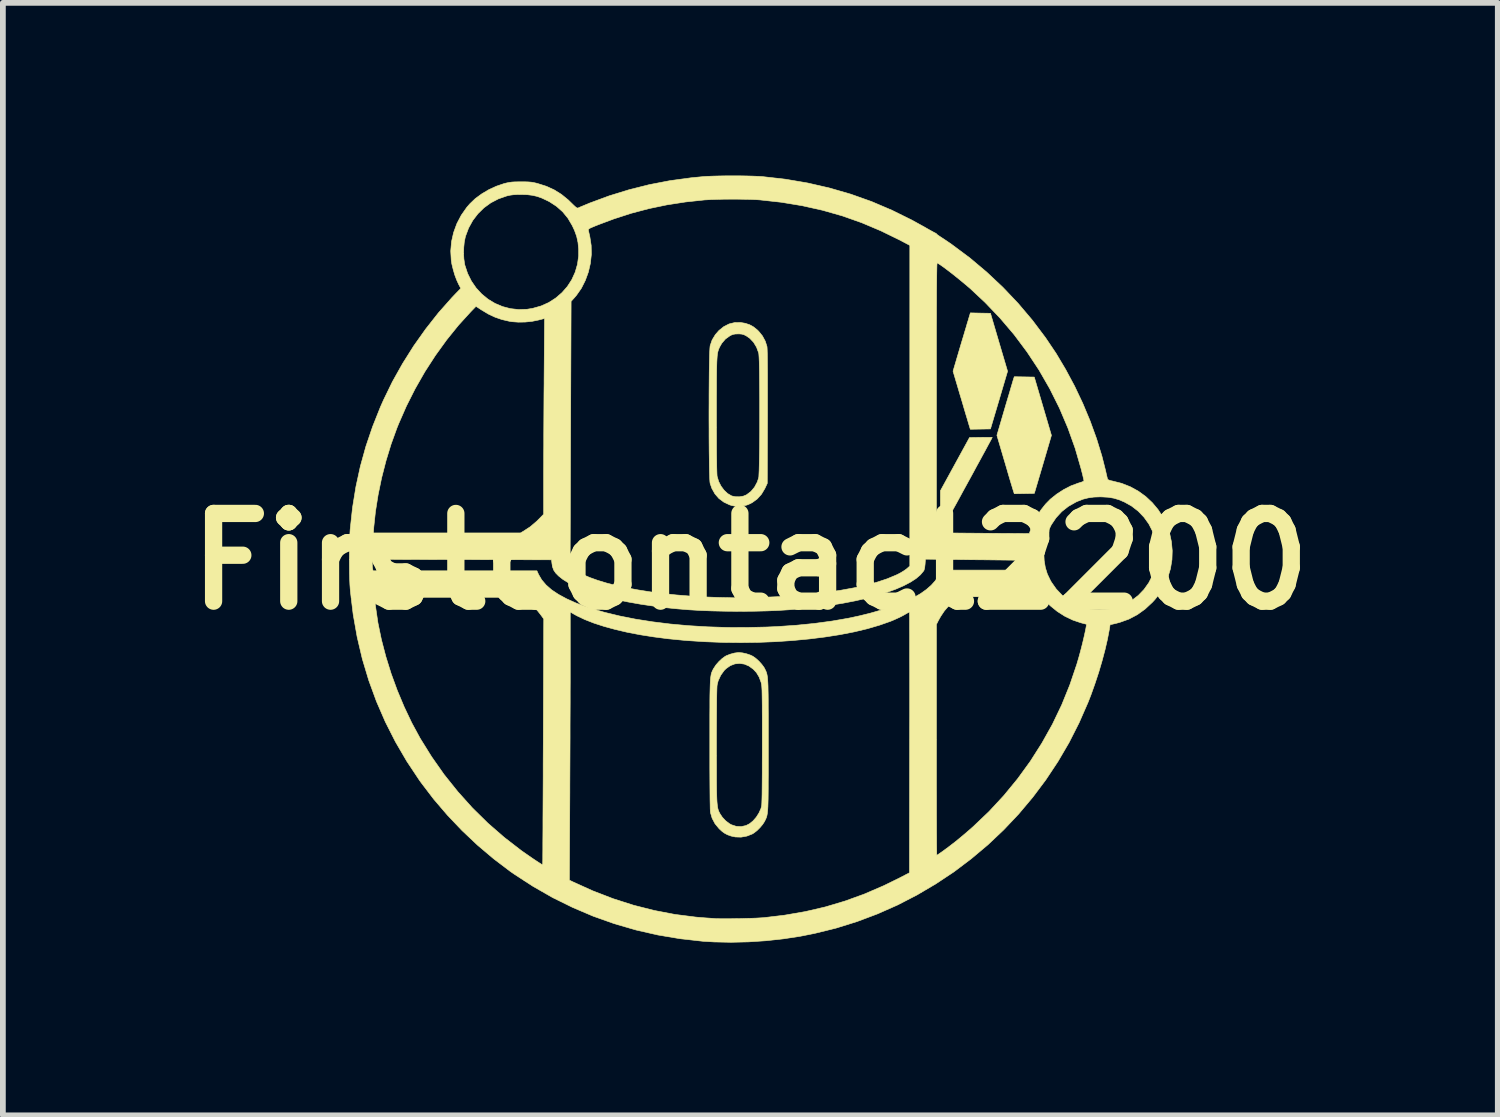
<source format=kicad_pcb>
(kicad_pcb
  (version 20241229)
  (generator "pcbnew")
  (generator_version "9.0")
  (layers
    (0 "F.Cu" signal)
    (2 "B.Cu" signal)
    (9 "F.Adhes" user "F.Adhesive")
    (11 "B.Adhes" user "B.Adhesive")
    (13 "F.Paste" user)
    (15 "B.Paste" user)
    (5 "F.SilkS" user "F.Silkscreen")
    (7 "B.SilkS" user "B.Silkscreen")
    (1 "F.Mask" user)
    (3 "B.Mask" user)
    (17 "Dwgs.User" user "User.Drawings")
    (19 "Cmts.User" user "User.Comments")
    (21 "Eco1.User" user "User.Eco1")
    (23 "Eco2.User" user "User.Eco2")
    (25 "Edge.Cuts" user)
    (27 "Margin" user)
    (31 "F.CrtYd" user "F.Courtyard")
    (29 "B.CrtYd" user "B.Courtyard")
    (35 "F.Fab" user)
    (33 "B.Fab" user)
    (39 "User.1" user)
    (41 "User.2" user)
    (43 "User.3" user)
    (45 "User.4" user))
  (footprint "Firstcontact2200"
    (layer "F.Cu")
    (at 9.986 6.705)
    (property "Reference" "Firstcontact2200" (at 0 0 0) (layer "F.SilkS") (effects (font (size 1.524 1.524) (thickness 0.3))))
    (attr through_hole)
    (fp_poly (pts (xy 3.997 -4.315) (xy 4.172 -4.312) (xy 4.32 -3.809) (xy 4.469 -3.305) (xy 4.321 -2.804) (xy 4.172 -2.303) (xy 3.997 -2.3) (xy 3.822 -2.297) (xy 3.793 -2.392) (xy 3.783 -2.426) (xy 3.768 -2.478) (xy 3.747 -2.546) (xy 3.723 -2.627) (xy 3.697 -2.716) (xy 3.669 -2.811) (xy 3.643 -2.897) (xy 3.522 -3.306) (xy 3.643 -3.717) (xy 3.672 -3.815) (xy 3.701 -3.91) (xy 3.727 -3.998) (xy 3.751 -4.077) (xy 3.77 -4.144) (xy 3.786 -4.194) (xy 3.794 -4.223) (xy 3.823 -4.319) (xy 3.997 -4.315)) (stroke (width 0.01) (type solid)) (fill yes) (layer "F.SilkS"))
    (fp_poly (pts (xy 4.759 -3.207) (xy 4.933 -3.204) (xy 5.082 -2.698) (xy 5.231 -2.191) (xy 5.083 -1.687) (xy 4.934 -1.183) (xy 4.76 -1.18) (xy 4.586 -1.177) (xy 4.568 -1.232) (xy 4.561 -1.255) (xy 4.548 -1.298) (xy 4.53 -1.357) (xy 4.508 -1.43) (xy 4.483 -1.515) (xy 4.456 -1.608) (xy 4.427 -1.707) (xy 4.417 -1.74) (xy 4.284 -2.192) (xy 4.422 -2.663) (xy 4.452 -2.765) (xy 4.481 -2.861) (xy 4.507 -2.948) (xy 4.529 -3.025) (xy 4.548 -3.088) (xy 4.562 -3.136) (xy 4.571 -3.165) (xy 4.573 -3.172) (xy 4.586 -3.21) (xy 4.759 -3.207)) (stroke (width 0.01) (type solid)) (fill yes) (layer "F.SilkS"))
    (fp_poly (pts (xy 4.169 -2.157) (xy 4.195 -2.156) (xy 4.203 -2.155) (xy 4.197 -2.144) (xy 4.182 -2.115) (xy 4.157 -2.069) (xy 4.124 -2.008) (xy 4.085 -1.935) (xy 4.039 -1.851) (xy 3.988 -1.757) (xy 3.933 -1.657) (xy 3.876 -1.551) (xy 3.816 -1.441) (xy 3.755 -1.33) (xy 3.694 -1.219) (xy 3.635 -1.11) (xy 3.577 -1.004) (xy 3.522 -0.905) (xy 3.472 -0.813) (xy 3.427 -0.731) (xy 3.387 -0.66) (xy 3.355 -0.602) (xy 3.331 -0.559) (xy 3.317 -0.533) (xy 3.312 -0.526) (xy 3.31 -0.534) (xy 3.307 -0.563) (xy 3.305 -0.611) (xy 3.304 -0.676) (xy 3.303 -0.755) (xy 3.302 -0.847) (xy 3.302 -0.872) (xy 3.303 -1.23) (xy 3.808 -2.153) (xy 4.005 -2.156) (xy 4.07 -2.157) (xy 4.126 -2.157) (xy 4.169 -2.157)) (stroke (width 0.01) (type solid)) (fill yes) (layer "F.SilkS"))
    (fp_poly (pts (xy -0.088 -4.138) (xy -0.012 -4.113) (xy 0.055 -4.076) (xy 0.121 -4.023) (xy 0.146 -3.998) (xy 0.21 -3.919) (xy 0.259 -3.828) (xy 0.289 -3.735) (xy 0.291 -3.713) (xy 0.293 -3.668) (xy 0.295 -3.602) (xy 0.296 -3.514) (xy 0.297 -3.404) (xy 0.298 -3.271) (xy 0.298 -3.116) (xy 0.298 -2.938) (xy 0.298 -2.737) (xy 0.298 -2.517) (xy 0.294 -1.357) (xy 0.252 -1.267) (xy 0.193 -1.168) (xy 0.12 -1.087) (xy 0.034 -1.024) (xy 0.004 -1.008) (xy -0.042 -0.987) (xy -0.082 -0.974) (xy -0.124 -0.966) (xy -0.178 -0.962) (xy -0.181 -0.962) (xy -0.238 -0.961) (xy -0.282 -0.964) (xy -0.322 -0.972) (xy -0.36 -0.984) (xy -0.46 -1.031) (xy -0.546 -1.095) (xy -0.616 -1.176) (xy -0.669 -1.271) (xy -0.699 -1.359) (xy -0.702 -1.383) (xy -0.705 -1.428) (xy -0.707 -1.492) (xy -0.71 -1.573) (xy -0.712 -1.669) (xy -0.713 -1.779) (xy -0.715 -1.9) (xy -0.716 -2.03) (xy -0.717 -2.167) (xy -0.717 -2.31) (xy -0.718 -2.456) (xy -0.718 -2.538) (xy -0.589 -2.538) (xy -0.589 -2.334) (xy -0.588 -2.153) (xy -0.588 -1.995) (xy -0.587 -1.858) (xy -0.585 -1.742) (xy -0.584 -1.648) (xy -0.582 -1.574) (xy -0.58 -1.52) (xy -0.578 -1.486) (xy -0.576 -1.476) (xy -0.55 -1.389) (xy -0.509 -1.309) (xy -0.456 -1.238) (xy -0.396 -1.181) (xy -0.331 -1.143) (xy -0.321 -1.138) (xy -0.258 -1.125) (xy -0.188 -1.124) (xy -0.12 -1.136) (xy -0.067 -1.158) (xy 0.01 -1.216) (xy 0.073 -1.291) (xy 0.121 -1.381) (xy 0.144 -1.451) (xy 0.148 -1.475) (xy 0.15 -1.52) (xy 0.153 -1.583) (xy 0.155 -1.664) (xy 0.157 -1.759) (xy 0.159 -1.867) (xy 0.161 -1.985) (xy 0.162 -2.112) (xy 0.163 -2.246) (xy 0.163 -2.383) (xy 0.163 -2.523) (xy 0.163 -2.664) (xy 0.163 -2.802) (xy 0.162 -2.936) (xy 0.161 -3.064) (xy 0.16 -3.184) (xy 0.159 -3.294) (xy 0.157 -3.391) (xy 0.155 -3.475) (xy 0.152 -3.541) (xy 0.149 -3.589) (xy 0.146 -3.617) (xy 0.146 -3.619) (xy 0.108 -3.723) (xy 0.056 -3.809) (xy -0.011 -3.879) (xy -0.071 -3.92) (xy -0.111 -3.94) (xy -0.147 -3.95) (xy -0.19 -3.954) (xy -0.214 -3.954) (xy -0.263 -3.952) (xy -0.301 -3.945) (xy -0.338 -3.93) (xy -0.356 -3.92) (xy -0.433 -3.865) (xy -0.496 -3.791) (xy -0.525 -3.741) (xy -0.536 -3.72) (xy -0.545 -3.7) (xy -0.553 -3.68) (xy -0.56 -3.658) (xy -0.567 -3.632) (xy -0.572 -3.602) (xy -0.576 -3.565) (xy -0.579 -3.521) (xy -0.582 -3.467) (xy -0.584 -3.402) (xy -0.586 -3.324) (xy -0.587 -3.232) (xy -0.588 -3.125) (xy -0.588 -3) (xy -0.589 -2.857) (xy -0.589 -2.694) (xy -0.589 -2.538) (xy -0.718 -2.538) (xy -0.718 -2.603) (xy -0.717 -2.75) (xy -0.717 -2.894) (xy -0.716 -3.033) (xy -0.715 -3.166) (xy -0.714 -3.29) (xy -0.712 -3.404) (xy -0.71 -3.505) (xy -0.708 -3.591) (xy -0.705 -3.662) (xy -0.702 -3.713) (xy -0.699 -3.744) (xy -0.698 -3.749) (xy -0.664 -3.848) (xy -0.608 -3.941) (xy -0.545 -4.013) (xy -0.46 -4.081) (xy -0.369 -4.127) (xy -0.271 -4.151) (xy -0.169 -4.152) (xy -0.088 -4.138)) (stroke (width 0.01) (type solid)) (fill yes) (layer "F.SilkS"))
    (fp_poly (pts (xy -0.135 1.588) (xy -0.065 1.604) (xy 0.003 1.627) (xy 0.044 1.647) (xy 0.095 1.683) (xy 0.149 1.732) (xy 0.198 1.786) (xy 0.237 1.839) (xy 0.248 1.859) (xy 0.258 1.879) (xy 0.267 1.897) (xy 0.275 1.916) (xy 0.282 1.935) (xy 0.288 1.958) (xy 0.293 1.984) (xy 0.298 2.016) (xy 0.301 2.056) (xy 0.304 2.103) (xy 0.307 2.161) (xy 0.308 2.23) (xy 0.31 2.312) (xy 0.311 2.408) (xy 0.311 2.52) (xy 0.312 2.649) (xy 0.312 2.796) (xy 0.312 2.964) (xy 0.312 3.152) (xy 0.312 3.187) (xy 0.312 3.379) (xy 0.312 3.55) (xy 0.312 3.701) (xy 0.311 3.833) (xy 0.311 3.947) (xy 0.31 4.046) (xy 0.309 4.13) (xy 0.307 4.201) (xy 0.305 4.261) (xy 0.302 4.31) (xy 0.298 4.351) (xy 0.294 4.384) (xy 0.289 4.412) (xy 0.283 4.435) (xy 0.276 4.455) (xy 0.268 4.474) (xy 0.259 4.492) (xy 0.249 4.512) (xy 0.247 4.517) (xy 0.214 4.568) (xy 0.168 4.623) (xy 0.116 4.675) (xy 0.063 4.716) (xy 0.034 4.734) (xy -0.061 4.771) (xy -0.161 4.789) (xy -0.26 4.786) (xy -0.335 4.77) (xy -0.396 4.748) (xy -0.444 4.723) (xy -0.488 4.692) (xy -0.537 4.647) (xy -0.544 4.64) (xy -0.614 4.555) (xy -0.664 4.46) (xy -0.692 4.365) (xy -0.695 4.342) (xy -0.697 4.296) (xy -0.698 4.229) (xy -0.7 4.14) (xy -0.701 4.03) (xy -0.702 3.901) (xy -0.703 3.752) (xy -0.704 3.584) (xy -0.704 3.397) (xy -0.704 3.197) (xy -0.589 3.197) (xy -0.589 3.378) (xy -0.588 3.538) (xy -0.588 3.677) (xy -0.588 3.798) (xy -0.587 3.902) (xy -0.586 3.99) (xy -0.584 4.065) (xy -0.582 4.127) (xy -0.579 4.179) (xy -0.575 4.221) (xy -0.571 4.256) (xy -0.566 4.284) (xy -0.56 4.308) (xy -0.553 4.329) (xy -0.545 4.348) (xy -0.535 4.367) (xy -0.53 4.378) (xy -0.487 4.443) (xy -0.43 4.504) (xy -0.365 4.554) (xy -0.329 4.574) (xy -0.246 4.601) (xy -0.16 4.606) (xy -0.076 4.588) (xy -0.013 4.556) (xy 0.048 4.506) (xy 0.104 4.442) (xy 0.15 4.369) (xy 0.184 4.293) (xy 0.195 4.251) (xy 0.198 4.229) (xy 0.2 4.187) (xy 0.202 4.126) (xy 0.204 4.044) (xy 0.205 3.942) (xy 0.206 3.819) (xy 0.207 3.675) (xy 0.207 3.509) (xy 0.208 3.32) (xy 0.208 3.183) (xy 0.208 3.006) (xy 0.208 2.851) (xy 0.208 2.717) (xy 0.207 2.6) (xy 0.207 2.501) (xy 0.206 2.417) (xy 0.205 2.346) (xy 0.204 2.288) (xy 0.203 2.241) (xy 0.201 2.204) (xy 0.199 2.174) (xy 0.197 2.15) (xy 0.194 2.131) (xy 0.19 2.114) (xy 0.187 2.1) (xy 0.187 2.1) (xy 0.153 2.008) (xy 0.107 1.931) (xy 0.052 1.872) (xy -0.023 1.817) (xy -0.103 1.783) (xy -0.186 1.771) (xy -0.268 1.779) (xy -0.347 1.809) (xy -0.42 1.86) (xy -0.454 1.893) (xy -0.515 1.978) (xy -0.559 2.074) (xy -0.576 2.142) (xy -0.579 2.169) (xy -0.581 2.218) (xy -0.583 2.291) (xy -0.585 2.386) (xy -0.586 2.504) (xy -0.587 2.645) (xy -0.588 2.808) (xy -0.589 2.994) (xy -0.589 3.197) (xy -0.704 3.197) (xy -0.704 3.194) (xy -0.704 3.182) (xy -0.704 2.989) (xy -0.704 2.818) (xy -0.704 2.667) (xy -0.703 2.535) (xy -0.703 2.42) (xy -0.702 2.321) (xy -0.7 2.237) (xy -0.698 2.166) (xy -0.696 2.106) (xy -0.693 2.056) (xy -0.689 2.016) (xy -0.684 1.982) (xy -0.679 1.954) (xy -0.672 1.931) (xy -0.664 1.911) (xy -0.656 1.893) (xy -0.646 1.874) (xy -0.635 1.854) (xy -0.633 1.852) (xy -0.596 1.796) (xy -0.547 1.74) (xy -0.494 1.69) (xy -0.441 1.651) (xy -0.419 1.638) (xy -0.35 1.611) (xy -0.277 1.591) (xy -0.21 1.582) (xy -0.198 1.582) (xy -0.135 1.588)) (stroke (width 0.01) (type solid)) (fill yes) (layer "F.SilkS"))
    (fp_poly (pts (xy -0.179 -6.7) (xy -0.062 -6.698) (xy 0.046 -6.695) (xy 0.139 -6.691) (xy 0.208 -6.687) (xy 0.606 -6.642) (xy 0.995 -6.576) (xy 1.374 -6.489) (xy 1.744 -6.382) (xy 2.107 -6.253) (xy 2.461 -6.102) (xy 2.809 -5.93) (xy 3.028 -5.809) (xy 3.087 -5.775) (xy 3.139 -5.746) (xy 3.181 -5.723) (xy 3.21 -5.708) (xy 3.221 -5.703) (xy 3.232 -5.696) (xy 3.233 -5.694) (xy 3.242 -5.683) (xy 3.266 -5.665) (xy 3.299 -5.643) (xy 3.3 -5.642) (xy 3.334 -5.62) (xy 3.381 -5.589) (xy 3.437 -5.551) (xy 3.494 -5.512) (xy 3.51 -5.5) (xy 3.815 -5.273) (xy 4.107 -5.027) (xy 4.387 -4.764) (xy 4.652 -4.485) (xy 4.9 -4.192) (xy 5.13 -3.886) (xy 5.313 -3.614) (xy 5.479 -3.335) (xy 5.635 -3.044) (xy 5.777 -2.744) (xy 5.904 -2.44) (xy 6.015 -2.134) (xy 6.108 -1.831) (xy 6.171 -1.582) (xy 6.183 -1.528) (xy 6.194 -1.481) (xy 6.202 -1.447) (xy 6.206 -1.431) (xy 6.222 -1.417) (xy 6.261 -1.404) (xy 6.287 -1.399) (xy 6.45 -1.358) (xy 6.602 -1.298) (xy 6.742 -1.221) (xy 6.87 -1.128) (xy 6.983 -1.022) (xy 7.082 -0.904) (xy 7.166 -0.775) (xy 7.233 -0.637) (xy 7.284 -0.492) (xy 7.316 -0.342) (xy 7.33 -0.187) (xy 7.325 -0.031) (xy 7.299 0.126) (xy 7.252 0.282) (xy 7.197 0.407) (xy 7.146 0.502) (xy 7.092 0.583) (xy 7.029 0.661) (xy 6.985 0.709) (xy 6.858 0.827) (xy 6.723 0.924) (xy 6.577 1.001) (xy 6.421 1.057) (xy 6.354 1.075) (xy 6.25 1.099) (xy 6.236 1.187) (xy 6.204 1.354) (xy 6.162 1.535) (xy 6.111 1.727) (xy 6.053 1.924) (xy 5.988 2.121) (xy 5.919 2.315) (xy 5.867 2.448) (xy 5.712 2.802) (xy 5.538 3.145) (xy 5.345 3.475) (xy 5.134 3.793) (xy 4.906 4.097) (xy 4.662 4.387) (xy 4.402 4.662) (xy 4.127 4.922) (xy 3.838 5.165) (xy 3.536 5.393) (xy 3.221 5.602) (xy 2.895 5.794) (xy 2.558 5.968) (xy 2.21 6.122) (xy 1.854 6.256) (xy 1.488 6.37) (xy 1.115 6.462) (xy 0.869 6.511) (xy 0.575 6.556) (xy 0.272 6.589) (xy -0.033 6.609) (xy -0.336 6.616) (xy -0.629 6.61) (xy -0.826 6.598) (xy -1.219 6.554) (xy -1.607 6.489) (xy -1.988 6.402) (xy -2.363 6.293) (xy -2.729 6.163) (xy -3.086 6.011) (xy -3.435 5.839) (xy -3.774 5.645) (xy -3.942 5.536) (xy -3.144 5.536) (xy -3.087 5.564) (xy -2.738 5.722) (xy -2.385 5.858) (xy -2.029 5.972) (xy -1.67 6.063) (xy -1.309 6.132) (xy -0.948 6.178) (xy -0.831 6.188) (xy -0.766 6.193) (xy -0.704 6.197) (xy -0.65 6.201) (xy -0.613 6.204) (xy -0.606 6.205) (xy -0.567 6.206) (xy -0.509 6.207) (xy -0.435 6.207) (xy -0.35 6.207) (xy -0.259 6.205) (xy -0.164 6.204) (xy -0.07 6.201) (xy 0.019 6.199) (xy 0.1 6.196) (xy 0.168 6.192) (xy 0.219 6.189) (xy 0.225 6.189) (xy 0.595 6.145) (xy 0.953 6.083) (xy 1.302 6.002) (xy 1.644 5.9) (xy 1.983 5.777) (xy 2.319 5.632) (xy 2.592 5.498) (xy 2.765 5.408) (xy 2.768 3.143) (xy 2.768 2.916) (xy 2.769 2.695) (xy 2.769 2.482) (xy 2.769 2.277) (xy 2.769 2.082) (xy 2.769 1.897) (xy 2.768 1.724) (xy 2.768 1.564) (xy 2.768 1.418) (xy 2.768 1.287) (xy 2.767 1.172) (xy 2.767 1.094) (xy 3.233 1.094) (xy 3.233 3.098) (xy 3.233 3.312) (xy 3.233 3.519) (xy 3.233 3.718) (xy 3.233 3.909) (xy 3.234 4.09) (xy 3.234 4.26) (xy 3.234 4.418) (xy 3.235 4.563) (xy 3.235 4.693) (xy 3.236 4.807) (xy 3.236 4.904) (xy 3.237 4.984) (xy 3.238 5.044) (xy 3.238 5.084) (xy 3.239 5.102) (xy 3.239 5.103) (xy 3.251 5.097) (xy 3.277 5.08) (xy 3.313 5.055) (xy 3.346 5.032) (xy 3.454 4.952) (xy 3.572 4.861) (xy 3.693 4.761) (xy 3.812 4.659) (xy 3.872 4.606) (xy 4.147 4.344) (xy 4.404 4.067) (xy 4.643 3.776) (xy 4.864 3.472) (xy 5.065 3.156) (xy 5.248 2.829) (xy 5.41 2.491) (xy 5.551 2.143) (xy 5.672 1.786) (xy 5.708 1.663) (xy 5.73 1.583) (xy 5.753 1.495) (xy 5.776 1.403) (xy 5.797 1.314) (xy 5.815 1.233) (xy 5.829 1.165) (xy 5.835 1.131) (xy 5.842 1.091) (xy 5.742 1.065) (xy 5.603 1.018) (xy 5.465 0.952) (xy 5.333 0.868) (xy 5.212 0.77) (xy 5.142 0.701) (xy 5.059 0.612) (xy 3.619 0.612) (xy 3.54 0.681) (xy 3.447 0.771) (xy 3.371 0.859) (xy 3.308 0.953) (xy 3.268 1.024) (xy 3.233 1.094) (xy 2.767 1.094) (xy 2.767 1.074) (xy 2.767 0.995) (xy 2.766 0.935) (xy 2.765 0.896) (xy 2.765 0.878) (xy 2.765 0.877) (xy 2.753 0.883) (xy 2.725 0.898) (xy 2.688 0.919) (xy 2.669 0.93) (xy 2.623 0.955) (xy 2.562 0.984) (xy 2.496 1.014) (xy 2.436 1.039) (xy 2.245 1.106) (xy 2.034 1.168) (xy 1.804 1.223) (xy 1.558 1.271) (xy 1.297 1.312) (xy 1.023 1.346) (xy 0.738 1.373) (xy 0.444 1.393) (xy 0.142 1.405) (xy -0.164 1.409) (xy -0.474 1.406) (xy -0.786 1.394) (xy -1.098 1.374) (xy -1.178 1.367) (xy -1.433 1.342) (xy -1.679 1.31) (xy -1.914 1.273) (xy -2.138 1.23) (xy -2.347 1.181) (xy -2.541 1.128) (xy -2.717 1.071) (xy -2.875 1.009) (xy -3.012 0.944) (xy -3.068 0.913) (xy -3.129 0.877) (xy -3.129 1.683) (xy -3.129 1.801) (xy -3.129 1.939) (xy -3.129 2.095) (xy -3.13 2.266) (xy -3.13 2.451) (xy -3.131 2.647) (xy -3.132 2.85) (xy -3.132 3.06) (xy -3.133 3.272) (xy -3.134 3.486) (xy -3.135 3.697) (xy -3.136 3.905) (xy -3.136 4.013) (xy -3.144 5.536) (xy -3.942 5.536) (xy -4.102 5.432) (xy -4.174 5.382) (xy -4.461 5.164) (xy -4.74 4.928) (xy -5.008 4.675) (xy -5.262 4.408) (xy -5.5 4.13) (xy -5.718 3.844) (xy -5.751 3.798) (xy -5.969 3.47) (xy -6.166 3.132) (xy -6.342 2.785) (xy -6.496 2.43) (xy -6.629 2.066) (xy -6.741 1.693) (xy -6.831 1.311) (xy -6.9 0.92) (xy -6.936 0.623) (xy -6.535 0.623) (xy -6.53 0.649) (xy -6.526 0.672) (xy -6.52 0.711) (xy -6.514 0.759) (xy -6.511 0.785) (xy -6.47 1.066) (xy -6.41 1.356) (xy -6.333 1.651) (xy -6.241 1.947) (xy -6.134 2.24) (xy -6.014 2.526) (xy -5.883 2.802) (xy -5.741 3.064) (xy -5.741 3.065) (xy -5.539 3.39) (xy -5.32 3.702) (xy -5.083 3.998) (xy -4.83 4.28) (xy -4.561 4.545) (xy -4.276 4.793) (xy -3.977 5.024) (xy -3.796 5.15) (xy -3.738 5.189) (xy -3.688 5.222) (xy -3.647 5.248) (xy -3.619 5.266) (xy -3.607 5.273) (xy -3.607 5.273) (xy -3.607 5.261) (xy -3.607 5.228) (xy -3.606 5.173) (xy -3.606 5.099) (xy -3.605 5.007) (xy -3.605 4.897) (xy -3.604 4.77) (xy -3.603 4.629) (xy -3.603 4.474) (xy -3.602 4.306) (xy -3.601 4.126) (xy -3.6 3.935) (xy -3.599 3.735) (xy -3.599 3.527) (xy -3.598 3.312) (xy -3.597 3.134) (xy -3.589 0.998) (xy -3.644 0.923) (xy -3.693 0.861) (xy -3.752 0.797) (xy -3.814 0.737) (xy -3.873 0.686) (xy -3.907 0.661) (xy -3.964 0.623) (xy -6.535 0.623) (xy -6.936 0.623) (xy -6.948 0.519) (xy -6.952 0.473) (xy -6.957 0.4) (xy -6.961 0.308) (xy -6.964 0.202) (xy -6.965 0.087) (xy -6.966 -0.033) (xy -6.966 -0.037) (xy -6.569 -0.037) (xy -6.569 0.026) (xy -6.568 0.07) (xy -6.565 0.11) (xy -6.562 0.126) (xy -6.555 0.162) (xy -3.708 0.162) (xy -3.678 0.228) (xy -3.624 0.32) (xy -3.548 0.409) (xy -3.452 0.493) (xy -3.333 0.572) (xy -3.193 0.648) (xy -3.03 0.721) (xy -2.996 0.734) (xy -2.774 0.813) (xy -2.531 0.884) (xy -2.27 0.947) (xy -1.993 1.002) (xy -1.7 1.048) (xy -1.394 1.086) (xy -1.076 1.115) (xy -0.748 1.135) (xy -0.412 1.146) (xy -0.069 1.147) (xy 0.279 1.139) (xy 0.462 1.131) (xy 0.797 1.108) (xy 1.117 1.076) (xy 1.421 1.035) (xy 1.703 0.986) (xy 1.894 0.945) (xy 2.081 0.899) (xy 2.262 0.847) (xy 2.432 0.793) (xy 2.59 0.735) (xy 2.733 0.676) (xy 2.858 0.616) (xy 2.96 0.557) (xy 3.058 0.487) (xy 3.143 0.413) (xy 3.212 0.336) (xy 3.263 0.26) (xy 3.287 0.207) (xy 3.307 0.15) (xy 4.84 0.15) (xy 4.834 0.124) (xy 4.828 0.097) (xy 4.822 0.059) (xy 4.82 0.039) (xy 4.812 -0.02) (xy 4.071 -0.029) (xy 3.938 -0.03) (xy 3.807 -0.031) (xy 3.683 -0.033) (xy 3.566 -0.034) (xy 3.46 -0.035) (xy 3.366 -0.036) (xy 3.289 -0.037) (xy 3.229 -0.038) (xy 3.189 -0.039) (xy 3.187 -0.039) (xy 3.042 -0.04) (xy 3.036 0.047) (xy 3.029 0.107) (xy 3.018 0.151) (xy 3.01 0.165) (xy 2.955 0.231) (xy 2.878 0.297) (xy 2.78 0.36) (xy 2.662 0.422) (xy 2.526 0.481) (xy 2.373 0.537) (xy 2.203 0.59) (xy 2.019 0.639) (xy 1.821 0.684) (xy 1.61 0.725) (xy 1.388 0.761) (xy 1.253 0.779) (xy 1.051 0.804) (xy 0.859 0.824) (xy 0.67 0.839) (xy 0.479 0.851) (xy 0.283 0.859) (xy 0.075 0.864) (xy -0.15 0.866) (xy -0.2 0.866) (xy -0.44 0.864) (xy -0.662 0.859) (xy -0.87 0.851) (xy -1.07 0.839) (xy -1.266 0.823) (xy -1.464 0.803) (xy -1.663 0.778) (xy -1.901 0.743) (xy -2.127 0.703) (xy -2.339 0.659) (xy -2.536 0.609) (xy -2.717 0.556) (xy -2.881 0.499) (xy -3.027 0.439) (xy -3.153 0.376) (xy -3.258 0.31) (xy -3.331 0.252) (xy -3.382 0.2) (xy -3.416 0.15) (xy -3.436 0.095) (xy -3.439 0.077) (xy -3.131 0.077) (xy -3.082 0.119) (xy -3.005 0.174) (xy -2.907 0.228) (xy -2.788 0.279) (xy -2.651 0.328) (xy -2.496 0.375) (xy -2.326 0.418) (xy -2.142 0.458) (xy -1.945 0.495) (xy -1.736 0.528) (xy -1.518 0.556) (xy -1.291 0.581) (xy -1.057 0.6) (xy -0.818 0.615) (xy -0.576 0.624) (xy -0.456 0.627) (xy -0.39 0.628) (xy -0.328 0.63) (xy -0.276 0.631) (xy -0.239 0.632) (xy -0.231 0.632) (xy -0.207 0.632) (xy -0.162 0.632) (xy -0.102 0.631) (xy -0.028 0.629) (xy 0.056 0.627) (xy 0.146 0.625) (xy 0.185 0.624) (xy 0.49 0.611) (xy 0.782 0.592) (xy 1.06 0.567) (xy 1.323 0.537) (xy 1.57 0.5) (xy 1.8 0.458) (xy 2.012 0.411) (xy 2.205 0.358) (xy 2.377 0.301) (xy 2.528 0.238) (xy 2.559 0.224) (xy 2.612 0.196) (xy 2.663 0.165) (xy 2.704 0.137) (xy 2.718 0.126) (xy 2.771 0.079) (xy 2.771 -0.15) (xy 5.099 -0.15) (xy 5.105 -0.016) (xy 5.125 0.105) (xy 5.16 0.218) (xy 5.213 0.328) (xy 5.23 0.358) (xy 5.315 0.479) (xy 5.417 0.586) (xy 5.534 0.677) (xy 5.663 0.75) (xy 5.802 0.804) (xy 5.916 0.831) (xy 5.984 0.838) (xy 6.067 0.84) (xy 6.157 0.835) (xy 6.244 0.826) (xy 6.323 0.811) (xy 6.354 0.803) (xy 6.496 0.75) (xy 6.625 0.678) (xy 6.74 0.59) (xy 6.84 0.486) (xy 6.923 0.369) (xy 6.988 0.24) (xy 7.033 0.101) (xy 7.059 -0.047) (xy 7.062 -0.092) (xy 7.059 -0.242) (xy 7.034 -0.386) (xy 6.989 -0.523) (xy 6.924 -0.651) (xy 6.84 -0.768) (xy 6.74 -0.873) (xy 6.624 -0.963) (xy 6.499 -1.033) (xy 6.404 -1.073) (xy 6.313 -1.1) (xy 6.218 -1.116) (xy 6.111 -1.122) (xy 6.079 -1.123) (xy 5.967 -1.119) (xy 5.87 -1.105) (xy 5.778 -1.082) (xy 5.685 -1.045) (xy 5.658 -1.033) (xy 5.526 -0.958) (xy 5.41 -0.867) (xy 5.311 -0.759) (xy 5.228 -0.636) (xy 5.162 -0.498) (xy 5.13 -0.408) (xy 5.117 -0.36) (xy 5.108 -0.318) (xy 5.103 -0.274) (xy 5.1 -0.221) (xy 5.099 -0.152) (xy 5.099 -0.15) (xy 2.771 -0.15) (xy 2.771 -2.847) (xy 3.233 -2.847) (xy 3.233 -0.497) (xy 3.605 -0.494) (xy 3.711 -0.493) (xy 3.834 -0.492) (xy 3.967 -0.491) (xy 4.104 -0.49) (xy 4.239 -0.489) (xy 4.364 -0.488) (xy 4.412 -0.488) (xy 4.847 -0.485) (xy 4.877 -0.575) (xy 4.92 -0.68) (xy 4.979 -0.79) (xy 5.05 -0.897) (xy 5.129 -0.997) (xy 5.211 -1.081) (xy 5.211 -1.081) (xy 5.322 -1.17) (xy 5.444 -1.249) (xy 5.57 -1.314) (xy 5.696 -1.361) (xy 5.722 -1.369) (xy 5.763 -1.382) (xy 5.789 -1.395) (xy 5.796 -1.404) (xy 5.793 -1.42) (xy 5.785 -1.454) (xy 5.774 -1.503) (xy 5.759 -1.561) (xy 5.749 -1.602) (xy 5.644 -1.965) (xy 5.517 -2.32) (xy 5.37 -2.666) (xy 5.202 -3.002) (xy 5.015 -3.327) (xy 4.808 -3.64) (xy 4.583 -3.941) (xy 4.339 -4.228) (xy 4.078 -4.501) (xy 3.816 -4.746) (xy 3.744 -4.807) (xy 3.666 -4.872) (xy 3.586 -4.937) (xy 3.506 -5.001) (xy 3.429 -5.06) (xy 3.36 -5.112) (xy 3.3 -5.154) (xy 3.254 -5.184) (xy 3.247 -5.188) (xy 3.245 -5.185) (xy 3.244 -5.174) (xy 3.242 -5.153) (xy 3.241 -5.121) (xy 3.24 -5.079) (xy 3.239 -5.025) (xy 3.238 -4.958) (xy 3.237 -4.877) (xy 3.236 -4.783) (xy 3.235 -4.673) (xy 3.235 -4.548) (xy 3.234 -4.406) (xy 3.234 -4.246) (xy 3.233 -4.069) (xy 3.233 -3.872) (xy 3.233 -3.655) (xy 3.233 -3.418) (xy 3.233 -3.16) (xy 3.233 -2.879) (xy 3.233 -2.847) (xy 2.771 -2.847) (xy 2.771 -5.492) (xy 2.595 -5.585) (xy 2.267 -5.745) (xy 1.936 -5.885) (xy 1.599 -6.004) (xy 1.255 -6.102) (xy 0.902 -6.181) (xy 0.539 -6.241) (xy 0.167 -6.282) (xy 0.09 -6.287) (xy -0.005 -6.291) (xy -0.114 -6.293) (xy -0.23 -6.295) (xy -0.351 -6.295) (xy -0.469 -6.294) (xy -0.582 -6.291) (xy -0.682 -6.288) (xy -0.767 -6.283) (xy -0.791 -6.282) (xy -1.127 -6.246) (xy -1.449 -6.196) (xy -1.761 -6.131) (xy -2.068 -6.05) (xy -2.374 -5.951) (xy -2.625 -5.857) (xy -2.694 -5.83) (xy -2.744 -5.809) (xy -2.778 -5.794) (xy -2.8 -5.782) (xy -2.811 -5.773) (xy -2.814 -5.763) (xy -2.813 -5.753) (xy -2.813 -5.751) (xy -2.807 -5.724) (xy -2.798 -5.684) (xy -2.788 -5.64) (xy -2.765 -5.49) (xy -2.762 -5.335) (xy -2.779 -5.18) (xy -2.814 -5.028) (xy -2.867 -4.883) (xy -2.936 -4.746) (xy -3.022 -4.623) (xy -3.066 -4.572) (xy -3.114 -4.52) (xy -3.123 -2.222) (xy -3.131 0.077) (xy -3.439 0.077) (xy -3.446 0.04) (xy -3.454 -0.029) (xy -5.012 -0.033) (xy -6.569 -0.037) (xy -6.966 -0.037) (xy -6.965 -0.154) (xy -6.964 -0.27) (xy -6.961 -0.378) (xy -6.958 -0.473) (xy -6.956 -0.496) (xy -6.549 -0.496) (xy -3.993 -0.496) (xy -3.939 -0.528) (xy -3.824 -0.603) (xy -3.716 -0.695) (xy -3.674 -0.736) (xy -3.591 -0.821) (xy -3.591 -1.458) (xy -3.591 -1.571) (xy -3.59 -1.703) (xy -3.59 -1.852) (xy -3.589 -2.014) (xy -3.589 -2.187) (xy -3.588 -2.367) (xy -3.587 -2.55) (xy -3.586 -2.735) (xy -3.585 -2.917) (xy -3.583 -3.094) (xy -3.583 -3.159) (xy -3.575 -4.222) (xy -3.684 -4.194) (xy -3.793 -4.172) (xy -3.911 -4.16) (xy -4.03 -4.158) (xy -4.141 -4.166) (xy -4.185 -4.173) (xy -4.318 -4.204) (xy -4.437 -4.245) (xy -4.552 -4.299) (xy -4.67 -4.37) (xy -4.672 -4.371) (xy -4.766 -4.433) (xy -4.858 -4.338) (xy -5.072 -4.103) (xy -5.277 -3.849) (xy -5.472 -3.579) (xy -5.655 -3.296) (xy -5.823 -3.002) (xy -5.975 -2.701) (xy -6.109 -2.395) (xy -6.139 -2.321) (xy -6.241 -2.04) (xy -6.33 -1.749) (xy -6.406 -1.453) (xy -6.467 -1.157) (xy -6.513 -0.867) (xy -6.542 -0.597) (xy -6.549 -0.496) (xy -6.956 -0.496) (xy -6.953 -0.549) (xy -6.952 -0.56) (xy -6.911 -0.937) (xy -6.852 -1.301) (xy -6.775 -1.654) (xy -6.679 -2) (xy -6.563 -2.342) (xy -6.428 -2.681) (xy -6.373 -2.805) (xy -6.218 -3.124) (xy -6.042 -3.438) (xy -5.849 -3.744) (xy -5.64 -4.039) (xy -5.418 -4.321) (xy -5.184 -4.585) (xy -5.122 -4.65) (xy -5.03 -4.745) (xy -5.066 -4.812) (xy -5.101 -4.888) (xy -5.135 -4.978) (xy -5.163 -5.075) (xy -5.186 -5.169) (xy -5.196 -5.234) (xy -5.203 -5.355) (xy -4.982 -5.355) (xy -4.977 -5.259) (xy -4.965 -5.174) (xy -4.96 -5.149) (xy -4.912 -5.004) (xy -4.846 -4.871) (xy -4.764 -4.752) (xy -4.667 -4.647) (xy -4.557 -4.557) (xy -4.436 -4.484) (xy -4.306 -4.429) (xy -4.169 -4.393) (xy -4.026 -4.377) (xy -3.879 -4.382) (xy -3.781 -4.398) (xy -3.636 -4.439) (xy -3.502 -4.499) (xy -3.381 -4.577) (xy -3.273 -4.67) (xy -3.179 -4.777) (xy -3.102 -4.896) (xy -3.043 -5.026) (xy -3.003 -5.164) (xy -2.983 -5.309) (xy -2.983 -5.426) (xy -2.994 -5.542) (xy -3.017 -5.648) (xy -3.055 -5.753) (xy -3.094 -5.836) (xy -3.17 -5.965) (xy -3.261 -6.076) (xy -3.368 -6.171) (xy -3.491 -6.251) (xy -3.527 -6.269) (xy -3.62 -6.313) (xy -3.704 -6.343) (xy -3.788 -6.362) (xy -3.878 -6.373) (xy -3.982 -6.376) (xy -3.983 -6.376) (xy -4.06 -6.375) (xy -4.121 -6.371) (xy -4.173 -6.364) (xy -4.223 -6.353) (xy -4.231 -6.351) (xy -4.375 -6.301) (xy -4.508 -6.232) (xy -4.628 -6.145) (xy -4.733 -6.042) (xy -4.823 -5.924) (xy -4.895 -5.793) (xy -4.949 -5.649) (xy -4.954 -5.628) (xy -4.97 -5.548) (xy -4.979 -5.454) (xy -4.982 -5.355) (xy -5.203 -5.355) (xy -5.205 -5.396) (xy -5.191 -5.558) (xy -5.155 -5.716) (xy -5.099 -5.869) (xy -5.022 -6.016) (xy -4.926 -6.153) (xy -4.871 -6.216) (xy -4.778 -6.305) (xy -4.666 -6.387) (xy -4.543 -6.46) (xy -4.412 -6.52) (xy -4.28 -6.565) (xy -4.276 -6.566) (xy -4.227 -6.578) (xy -4.185 -6.586) (xy -4.141 -6.592) (xy -4.091 -6.595) (xy -4.028 -6.596) (xy -3.983 -6.596) (xy -3.909 -6.596) (xy -3.852 -6.594) (xy -3.806 -6.59) (xy -3.764 -6.583) (xy -3.719 -6.573) (xy -3.693 -6.566) (xy -3.542 -6.518) (xy -3.407 -6.456) (xy -3.282 -6.378) (xy -3.164 -6.282) (xy -3.119 -6.238) (xy -3.075 -6.195) (xy -3.044 -6.166) (xy -3.023 -6.149) (xy -3.007 -6.141) (xy -2.995 -6.141) (xy -2.982 -6.146) (xy -2.979 -6.148) (xy -2.957 -6.158) (xy -2.918 -6.174) (xy -2.868 -6.195) (xy -2.812 -6.218) (xy -2.799 -6.224) (xy -2.453 -6.352) (xy -2.106 -6.459) (xy -1.756 -6.547) (xy -1.398 -6.616) (xy -1.03 -6.666) (xy -0.826 -6.686) (xy -0.748 -6.691) (xy -0.652 -6.695) (xy -0.543 -6.698) (xy -0.424 -6.7) (xy -0.302 -6.7) (xy -0.179 -6.7)) (stroke (width 0.01) (type solid)) (fill yes) (layer "F.SilkS")))
  (gr_rect
    (start -3 -3)
    (end 22.972 16.327)
    (stroke (width 0.1) (type default))
    (fill no)
    (layer "Edge.Cuts")))
</source>
